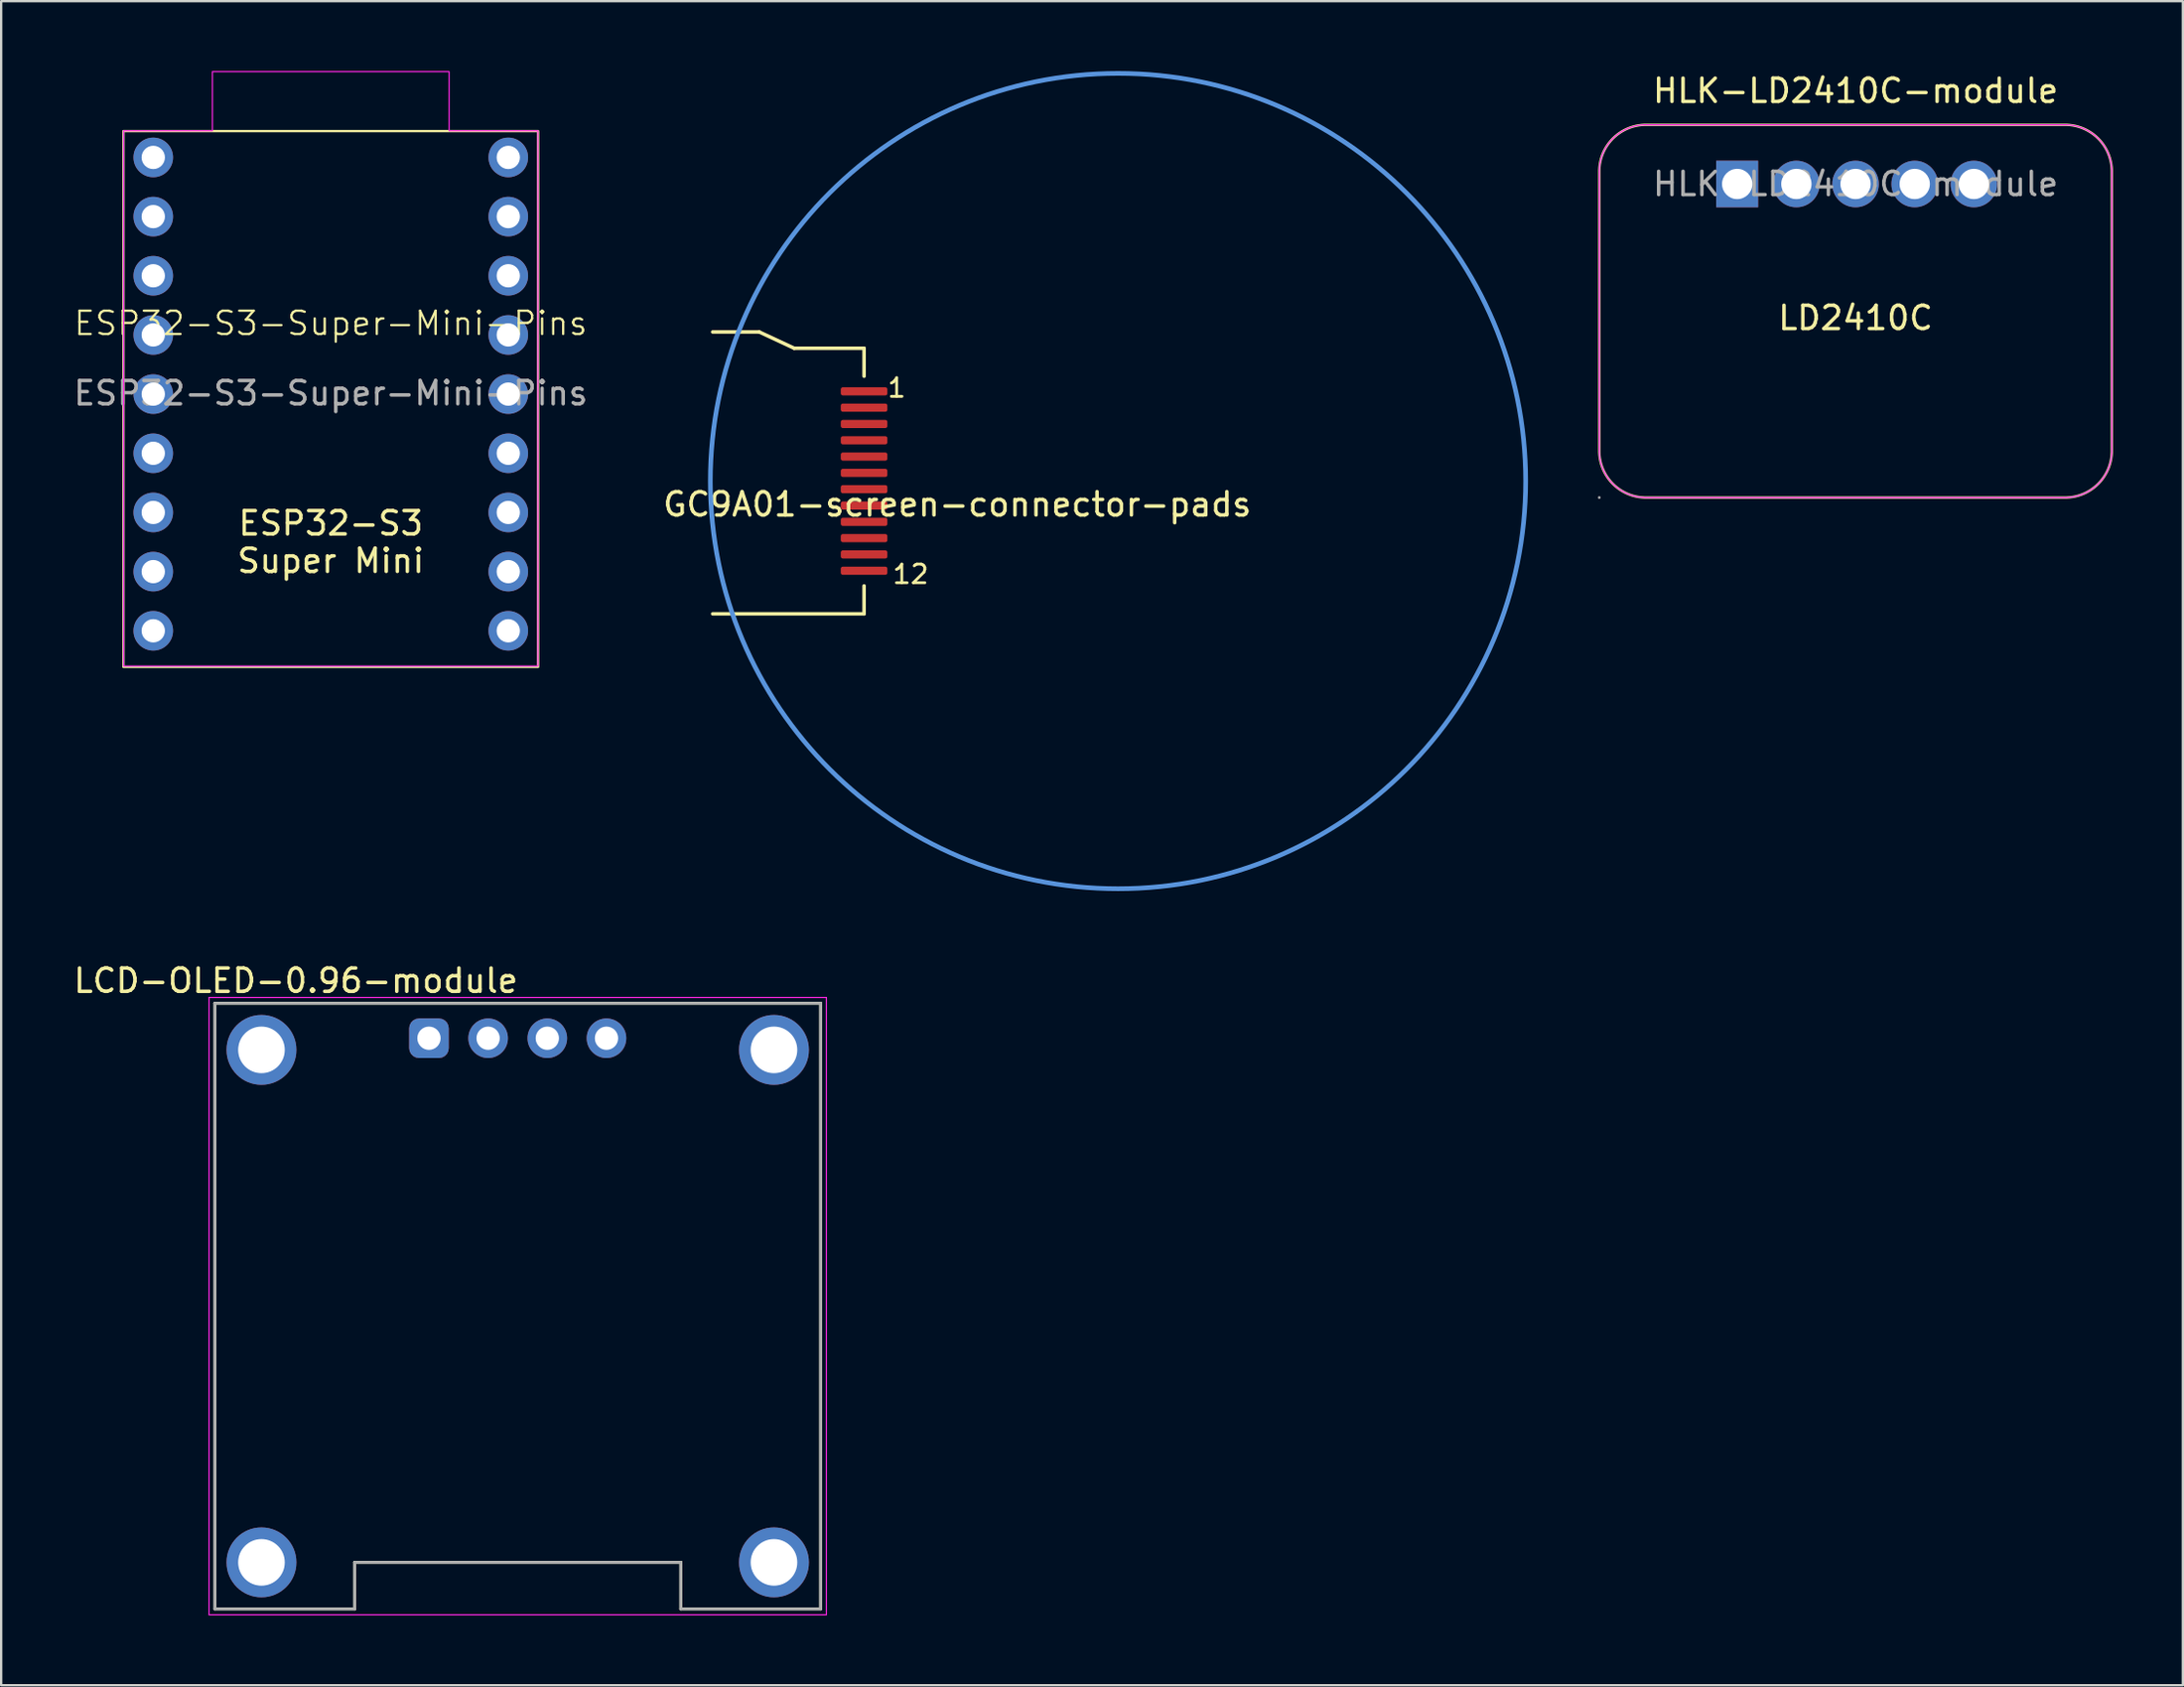
<source format=kicad_pcb>
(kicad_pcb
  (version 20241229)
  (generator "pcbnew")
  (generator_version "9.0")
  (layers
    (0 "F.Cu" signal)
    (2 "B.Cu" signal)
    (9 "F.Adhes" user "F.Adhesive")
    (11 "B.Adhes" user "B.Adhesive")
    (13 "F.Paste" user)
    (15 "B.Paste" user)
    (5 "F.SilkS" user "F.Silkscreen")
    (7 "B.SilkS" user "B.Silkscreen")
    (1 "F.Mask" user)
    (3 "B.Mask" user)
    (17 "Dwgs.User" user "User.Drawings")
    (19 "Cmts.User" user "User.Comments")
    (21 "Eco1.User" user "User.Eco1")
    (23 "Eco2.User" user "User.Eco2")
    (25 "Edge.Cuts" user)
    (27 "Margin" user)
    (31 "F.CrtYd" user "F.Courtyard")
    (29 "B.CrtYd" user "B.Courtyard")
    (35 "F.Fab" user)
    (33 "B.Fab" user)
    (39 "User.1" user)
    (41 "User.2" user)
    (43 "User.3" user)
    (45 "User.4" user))
  (footprint "HLK-LD2410C-module"
    (layer "F.Cu")
    (at 76.602 4.848)
    (property "Reference" "HLK-LD2410C-module" (at 0 -4 0) (layer "F.SilkS") (effects (font (size 1 1) (thickness 0.15))))
    (attr through_hole)
    (fp_poly (pts (arc (start 9 13.46) (mid 10.414214 12.874214) (end 11 11.46)) (arc (start 11 -0.54) (mid 10.414214 -1.954214) (end 9 -2.54)) (arc (start -9 -2.54) (mid -10.414214 -1.954214) (end -11 -0.54)) (arc (start -11 11.46) (mid -10.414214 12.874214) (end -9 13.46))) (stroke (width 0.1) (type solid)) (fill no) (layer "F.SilkS"))
    (fp_poly (pts (arc (start 9 13.46) (mid 10.414214 12.874214) (end 11 11.46)) (arc (start 11 -0.54) (mid 10.414214 -1.954214) (end 9 -2.54)) (arc (start -9 -2.54) (mid -10.414214 -1.954214) (end -11 -0.54)) (arc (start -11 11.46) (mid -10.414214 12.874214) (end -9 13.46))) (stroke (width 0.05) (type solid)) (fill no) (layer "F.CrtYd"))
    (fp_circle (center -11 13.46) (end -10.97 13.46) (stroke (width 0.06) (type solid)) (fill no) (layer "F.Fab"))
    (fp_text user "LD2410C" (at 0 5.75 0) (unlocked yes) (layer "F.SilkS") (effects (font (size 1 1) (thickness 0.15))))
    (fp_text user "${REFERENCE}" (at 0 0 0) (layer "F.Fab") (effects (font (size 1 1) (thickness 0.15))))
    (pad "1" thru_hole rect (at -5.08 0) (size 1.8 2) (drill 1.3) (layers "*.Cu" "*.Mask"))
    (pad "2" thru_hole circle (at -2.54 0) (size 2 2) (drill 1.3) (layers "*.Cu" "*.Mask"))
    (pad "3" thru_hole circle (at 0 0) (size 2 2) (drill 1.3) (layers "*.Cu" "*.Mask"))
    (pad "4" thru_hole circle (at 2.54 0) (size 2 2) (drill 1.3) (layers "*.Cu" "*.Mask"))
    (pad "5" thru_hole circle (at 5.08 0) (size 2 2) (drill 1.3) (layers "*.Cu" "*.Mask")))
  (footprint "ESP32-S3-Super-Mini-Pins"
    (layer "F.Cu")
    (at 11.149 11.328)
    (property "Reference" "ESP32-S3-Super-Mini-Pins" (at 0 -0.5 0) (unlocked yes) (layer "F.SilkS") (effects (font (size 1 1) (thickness 0.1))))
    (attr through_hole)
    (fp_rect (start -8.9 -8.75) (end 8.9 14.25) (stroke (width 0.1) (type default)) (fill no) (layer "F.SilkS"))
    (fp_poly (pts (xy -8.89 -8.763) (xy -5.08 -8.763) (xy -5.08 -11.303) (xy 5.08 -11.303) (xy 5.08 -8.763) (xy 8.89 -8.763) (xy 8.89 14.216) (xy -8.89 14.216)) (stroke (width 0.05) (type solid)) (fill no) (layer "F.CrtYd"))
    (fp_text user "${REFERENCE}" (at 0 2.5 0) (unlocked yes) (layer "F.Fab") (effects (font (size 1 1) (thickness 0.15))))
    (fp_text_box "ESP32-S3\nSuper Mini" (start -4.875 6.75) (end 4.875 9.75) (margins 0.75 0.75 0.75 0.75) (layer "F.SilkS") (effects (font (size 1 1) (thickness 0.15)) (justify top)) (border no) (stroke (width 0) (type solid)))
    (pad "1" thru_hole circle (at -7.62 -2.54) (size 1.7 1.7) (drill 1) (layers "*.Cu" "*.Mask"))
    (pad "2" thru_hole circle (at -7.62 0) (size 1.7 1.7) (drill 1) (layers "*.Cu" "*.Mask"))
    (pad "3" thru_hole circle (at -7.62 2.54) (size 1.7 1.7) (drill 1) (layers "*.Cu" "*.Mask"))
    (pad "3V3" thru_hole circle (at 7.62 -2.54) (size 1.7 1.7) (drill 1) (layers "*.Cu" "*.Mask"))
    (pad "4" thru_hole circle (at -7.62 5.08) (size 1.7 1.7) (drill 1) (layers "*.Cu" "*.Mask"))
    (pad "5" thru_hole circle (at -7.62 7.62) (size 1.7 1.7) (drill 1) (layers "*.Cu" "*.Mask"))
    (pad "5V" thru_hole circle (at 7.62 -7.62) (size 1.7 1.7) (drill 1) (layers "*.Cu" "*.Mask"))
    (pad "6" thru_hole circle (at -7.62 10.16) (size 1.7 1.7) (drill 1) (layers "*.Cu" "*.Mask"))
    (pad "7" thru_hole circle (at -7.62 12.7) (size 1.7 1.7) (drill 1) (layers "*.Cu" "*.Mask"))
    (pad "8" thru_hole circle (at 7.62 12.7) (size 1.7 1.7) (drill 1) (layers "*.Cu" "*.Mask"))
    (pad "9" thru_hole circle (at 7.62 10.16) (size 1.7 1.7) (drill 1) (layers "*.Cu" "*.Mask"))
    (pad "10" thru_hole circle (at 7.62 7.62) (size 1.7 1.7) (drill 1) (layers "*.Cu" "*.Mask"))
    (pad "12" thru_hole circle (at 7.62 2.54) (size 1.7 1.7) (drill 1) (layers "*.Cu" "*.Mask"))
    (pad "13" thru_hole circle (at 7.62 0) (size 1.7 1.7) (drill 1) (layers "*.Cu" "*.Mask"))
    (pad "211" thru_hole circle (at 7.62 5.08) (size 1.7 1.7) (drill 1) (layers "*.Cu" "*.Mask"))
    (pad "G" thru_hole circle (at 7.62 -5.08) (size 1.7 1.7) (drill 1) (layers "*.Cu" "*.Mask"))
    (pad "RX" thru_hole circle (at -7.62 -5.08) (size 1.7 1.7) (drill 1) (layers "*.Cu" "*.Mask"))
    (pad "TX" thru_hole circle (at -7.62 -7.62) (size 1.7 1.7) (drill 1) (layers "*.Cu" "*.Mask")))
  (footprint "GC9A01-screen-connector-pads"
    (layer "F.Cu")
    (at 34.042 17.6)
    (property "Reference" "GC9A01-screen-connector-pads" (at 4 1 0) (layer "F.SilkS") (effects (font (size 1 1) (thickness 0.15))))
    (attr smd)
    (fp_line (start -6.5 5.7) (end 0 5.7) (stroke (width 0.15) (type solid)) (layer "F.SilkS"))
    (fp_line (start -4.5 -6.4) (end -6.5 -6.4) (stroke (width 0.15) (type solid)) (layer "F.SilkS"))
    (fp_line (start -3 -5.7) (end -4.5 -6.4) (stroke (width 0.15) (type solid)) (layer "F.SilkS"))
    (fp_line (start -3 -5.7) (end 0 -5.7) (stroke (width 0.15) (type solid)) (layer "F.SilkS"))
    (fp_line (start 0 -4.5) (end 0 -5.7) (stroke (width 0.15) (type solid)) (layer "F.SilkS"))
    (fp_line (start 0 4.5) (end 0 5.7) (stroke (width 0.15) (type solid)) (layer "F.SilkS"))
    (fp_circle (center 10.9 0) (end 28.4 0) (stroke (width 0.2) (type solid)) (fill no) (layer "Cmts.User"))
    (fp_text user "12" (at 2 4 0) (layer "F.SilkS") (effects (font (size 0.8 0.8) (thickness 0.12))))
    (fp_text user "1" (at 1.4 -4 0) (layer "F.SilkS") (effects (font (size 0.8 0.8) (thickness 0.12))))
    (pad "1" smd roundrect (at 0 -3.85) (size 2 0.35) (layers "F.Cu" "F.Mask" "F.Paste") (roundrect_rratio 0.25))
    (pad "2" smd roundrect (at 0 -3.15) (size 2 0.35) (layers "F.Cu" "F.Mask" "F.Paste") (roundrect_rratio 0.25))
    (pad "3" smd roundrect (at 0 -2.45) (size 2 0.35) (layers "F.Cu" "F.Mask" "F.Paste") (roundrect_rratio 0.25))
    (pad "4" smd roundrect (at 0 -1.75) (size 2 0.35) (layers "F.Cu" "F.Mask" "F.Paste") (roundrect_rratio 0.25))
    (pad "5" smd roundrect (at 0 -1.05) (size 2 0.35) (layers "F.Cu" "F.Mask" "F.Paste") (roundrect_rratio 0.25))
    (pad "6" smd roundrect (at 0 -0.35) (size 2 0.35) (layers "F.Cu" "F.Mask" "F.Paste") (roundrect_rratio 0.25))
    (pad "7" smd roundrect (at 0 0.35) (size 2 0.35) (layers "F.Cu" "F.Mask" "F.Paste") (roundrect_rratio 0.25))
    (pad "8" smd roundrect (at 0 1.05) (size 2 0.35) (layers "F.Cu" "F.Mask" "F.Paste") (roundrect_rratio 0.25))
    (pad "9" smd roundrect (at 0 1.75) (size 2 0.35) (layers "F.Cu" "F.Mask" "F.Paste") (roundrect_rratio 0.25))
    (pad "10" smd roundrect (at 0 2.45) (size 2 0.35) (layers "F.Cu" "F.Mask" "F.Paste") (roundrect_rratio 0.25))
    (pad "11" smd roundrect (at 0 3.15) (size 2 0.35) (layers "F.Cu" "F.Mask" "F.Paste") (roundrect_rratio 0.25))
    (pad "12" smd roundrect (at 0 3.85) (size 2 0.35) (layers "F.Cu" "F.Mask" "F.Paste") (roundrect_rratio 0.25)))
  (footprint "LCD-OLED-0.96-module"
    (layer "F.Cu")
    (at 19.174 53.018)
    (property "Reference" "LCD-OLED-0.96-module" (at -9.525 -13.97 0) (layer "F.SilkS") (effects (font (size 1 1) (thickness 0.15))))
    (attr through_hole)
    (fp_line (start -13 -13) (end 13 -13) (stroke (width 0.127) (type solid)) (layer "F.SilkS"))
    (fp_line (start -13 13) (end -13 -13) (stroke (width 0.127) (type solid)) (layer "F.SilkS"))
    (fp_line (start -7 11) (end -7 13) (stroke (width 0.127) (type solid)) (layer "F.SilkS"))
    (fp_line (start -7 13) (end -13 13) (stroke (width 0.127) (type solid)) (layer "F.SilkS"))
    (fp_line (start 7 11) (end -7 11) (stroke (width 0.127) (type solid)) (layer "F.SilkS"))
    (fp_line (start 7 13) (end 7 11) (stroke (width 0.127) (type solid)) (layer "F.SilkS"))
    (fp_line (start 13 -13) (end 13 13) (stroke (width 0.127) (type solid)) (layer "F.SilkS"))
    (fp_line (start 13 13) (end 7 13) (stroke (width 0.127) (type solid)) (layer "F.SilkS"))
    (fp_line (start -13.25 -13.25) (end 13.25 -13.25) (stroke (width 0.05) (type solid)) (layer "F.CrtYd"))
    (fp_line (start -13.25 13.25) (end -13.25 -13.25) (stroke (width 0.05) (type solid)) (layer "F.CrtYd"))
    (fp_line (start 13.25 -13.25) (end 13.25 13.25) (stroke (width 0.05) (type solid)) (layer "F.CrtYd"))
    (fp_line (start 13.25 13.25) (end -13.25 13.25) (stroke (width 0.05) (type solid)) (layer "F.CrtYd"))
    (fp_line (start -13 -13) (end 13 -13) (stroke (width 0.127) (type solid)) (layer "F.Fab"))
    (fp_line (start -13 13) (end -13 -13) (stroke (width 0.127) (type solid)) (layer "F.Fab"))
    (fp_line (start -7 11) (end 7 11) (stroke (width 0.127) (type solid)) (layer "F.Fab"))
    (fp_line (start -7 13) (end -13 13) (stroke (width 0.127) (type solid)) (layer "F.Fab"))
    (fp_line (start -7 13) (end -7 11) (stroke (width 0.127) (type solid)) (layer "F.Fab"))
    (fp_line (start 7 11) (end 7 13) (stroke (width 0.127) (type solid)) (layer "F.Fab"))
    (fp_line (start 13 -13) (end 13 13) (stroke (width 0.127) (type solid)) (layer "F.Fab"))
    (fp_line (start 13 13) (end 7 13) (stroke (width 0.127) (type solid)) (layer "F.Fab"))
    (pad "1" thru_hole roundrect (at -3.81 -11.5) (size 1.7 1.7) (drill 1) (layers "*.Cu" "*.Mask") (roundrect_rratio 0.25))
    (pad "2" thru_hole circle (at -1.27 -11.5) (size 1.7 1.7) (drill 1) (layers "*.Cu" "*.Mask"))
    (pad "3" thru_hole circle (at 1.27 -11.5) (size 1.7 1.7) (drill 1) (layers "*.Cu" "*.Mask"))
    (pad "4" thru_hole circle (at 3.81 -11.5) (size 1.7 1.7) (drill 1) (layers "*.Cu" "*.Mask"))
    (pad "S1" thru_hole circle (at -11 -11) (size 3 3) (drill 2) (layers "*.Cu" "*.Mask"))
    (pad "S2" thru_hole circle (at 11 -11) (size 3 3) (drill 2) (layers "*.Cu" "*.Mask"))
    (pad "S3" thru_hole circle (at 11 11) (size 3 3) (drill 2) (layers "*.Cu" "*.Mask"))
    (pad "S4" thru_hole circle (at -11 11) (size 3 3) (drill 2) (layers "*.Cu" "*.Mask")))
  (gr_rect
    (start -3 -3)
    (end 90.652 69.293)
    (stroke (width 0.1) (type default))
    (fill no)
    (layer "Edge.Cuts")))
</source>
